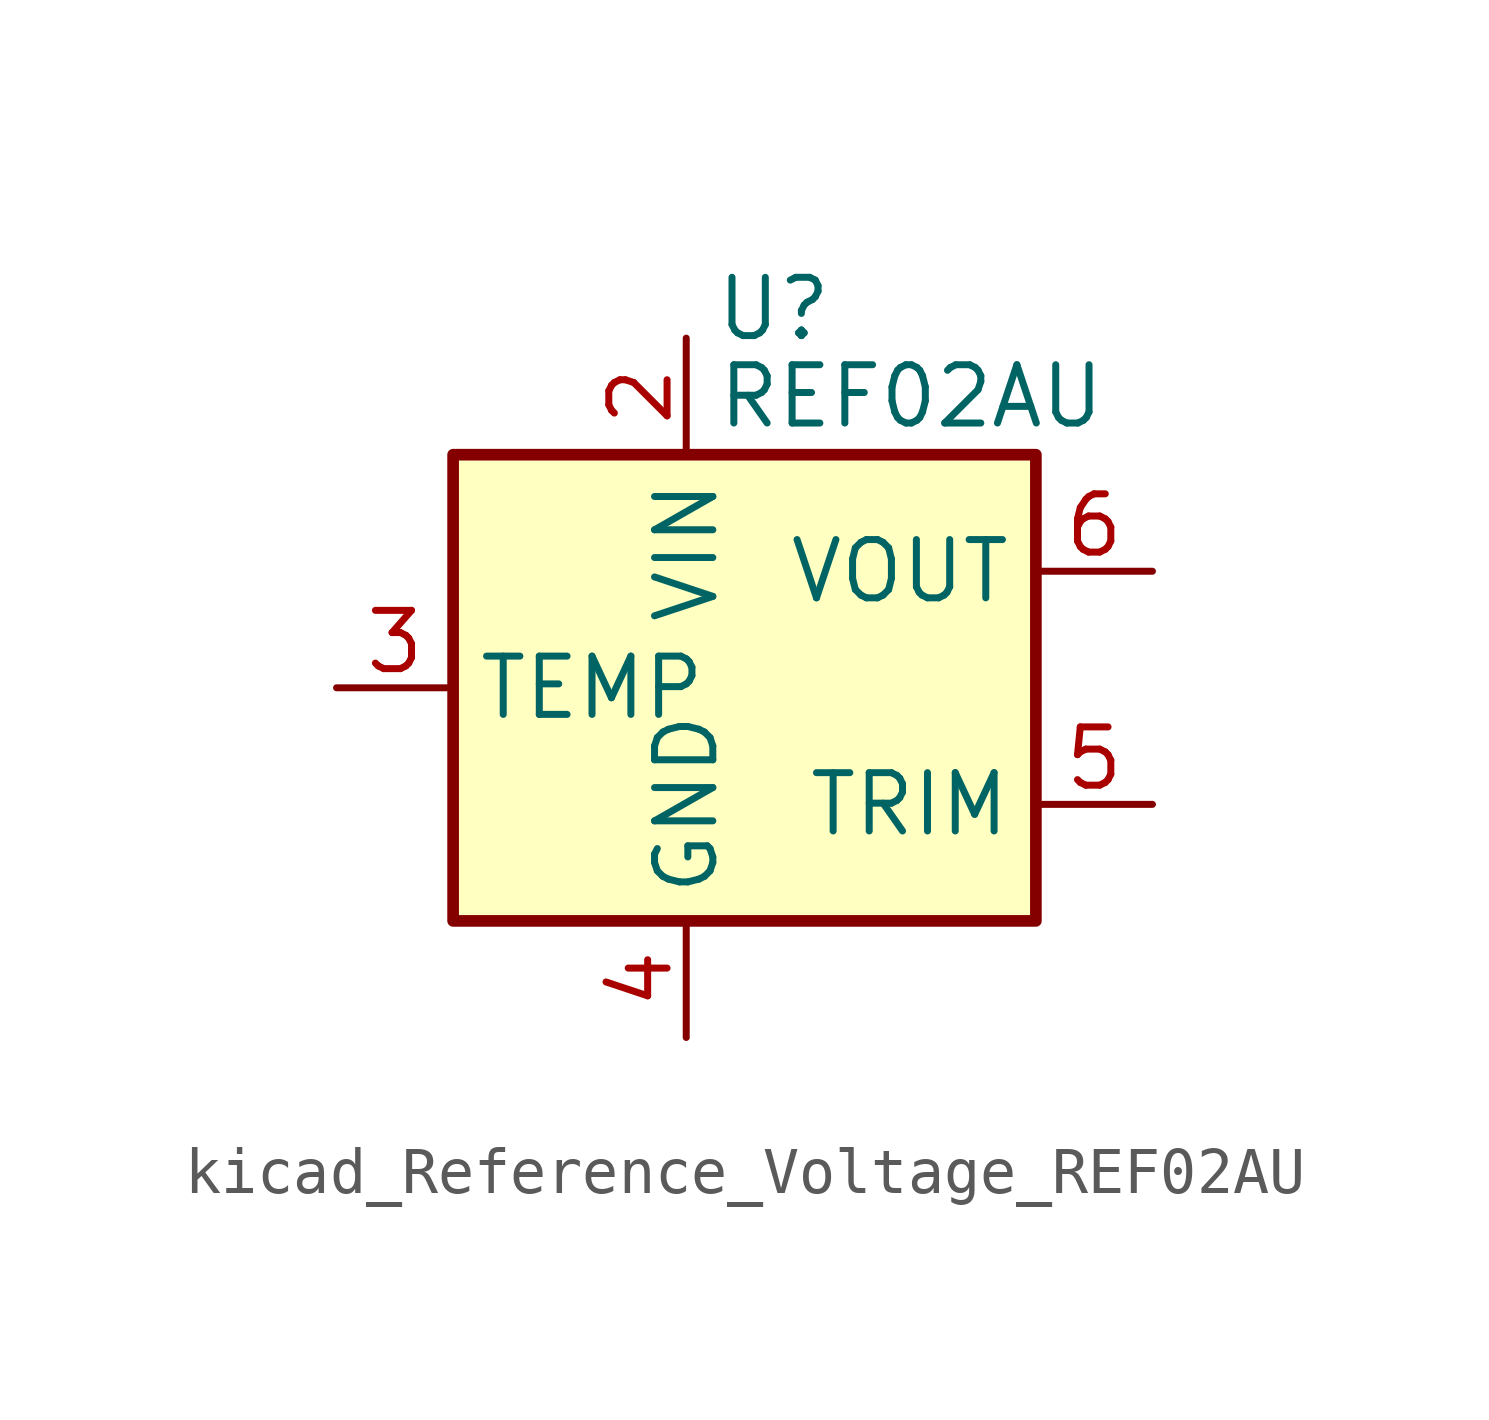
<source format=kicad_sym>
(kicad_symbol_lib
  (version 20220914)
  (generator kicad_symbol_editor)
  (symbol "kicad_Reference_Voltage_REF02AU"
    (property "Reference" "U"
      (at 1.905 8.255 0)
      (effects (font (size 1.27 1.27))))
    (property "Value" "REF02AU"
      (at 0.635 6.35 0)
      (effects (font (size 1.27 1.27)) (justify left)))
    (symbol "kicad_Reference_Voltage_REF02AU_0_1"
      (rectangle (start -5.08 5.08) (end 7.62 -5.08) (stroke (width 0.254) (type default)) (fill (type background))))
    (symbol "kicad_Reference_Voltage_REF02AU_1_1"
      (pin no_connect line (at 2.54 -5.08 90) (length 2.54) hide (name "NC" (effects (font (size 1.27 1.27)))) (number "1" (effects (font (size 1.27 1.27)))))
      (pin power_in line (at 0 7.62 270) (length 2.54) (name "VIN" (effects (font (size 1.27 1.27)))) (number "2" (effects (font (size 1.27 1.27)))))
      (pin passive line (at -7.62 0 0) (length 2.54) (name "TEMP" (effects (font (size 1.27 1.27)))) (number "3" (effects (font (size 1.27 1.27)))))
      (pin power_in line (at 0 -7.62 90) (length 2.54) (name "GND" (effects (font (size 1.27 1.27)))) (number "4" (effects (font (size 1.27 1.27)))))
      (pin passive line (at 10.16 -2.54 180) (length 2.54) (name "TRIM" (effects (font (size 1.27 1.27)))) (number "5" (effects (font (size 1.27 1.27)))))
      (pin power_out line (at 10.16 2.54 180) (length 2.54) (name "VOUT" (effects (font (size 1.27 1.27)))) (number "6" (effects (font (size 1.27 1.27)))))
      (pin no_connect line (at -2.54 -5.08 90) (length 2.54) hide (name "NC" (effects (font (size 1.27 1.27)))) (number "7" (effects (font (size 1.27 1.27)))))
      (pin no_connect line (at 7.62 0 180) (length 2.54) hide (name "NC" (effects (font (size 1.27 1.27)))) (number "8" (effects (font (size 1.27 1.27))))))))
</source>
